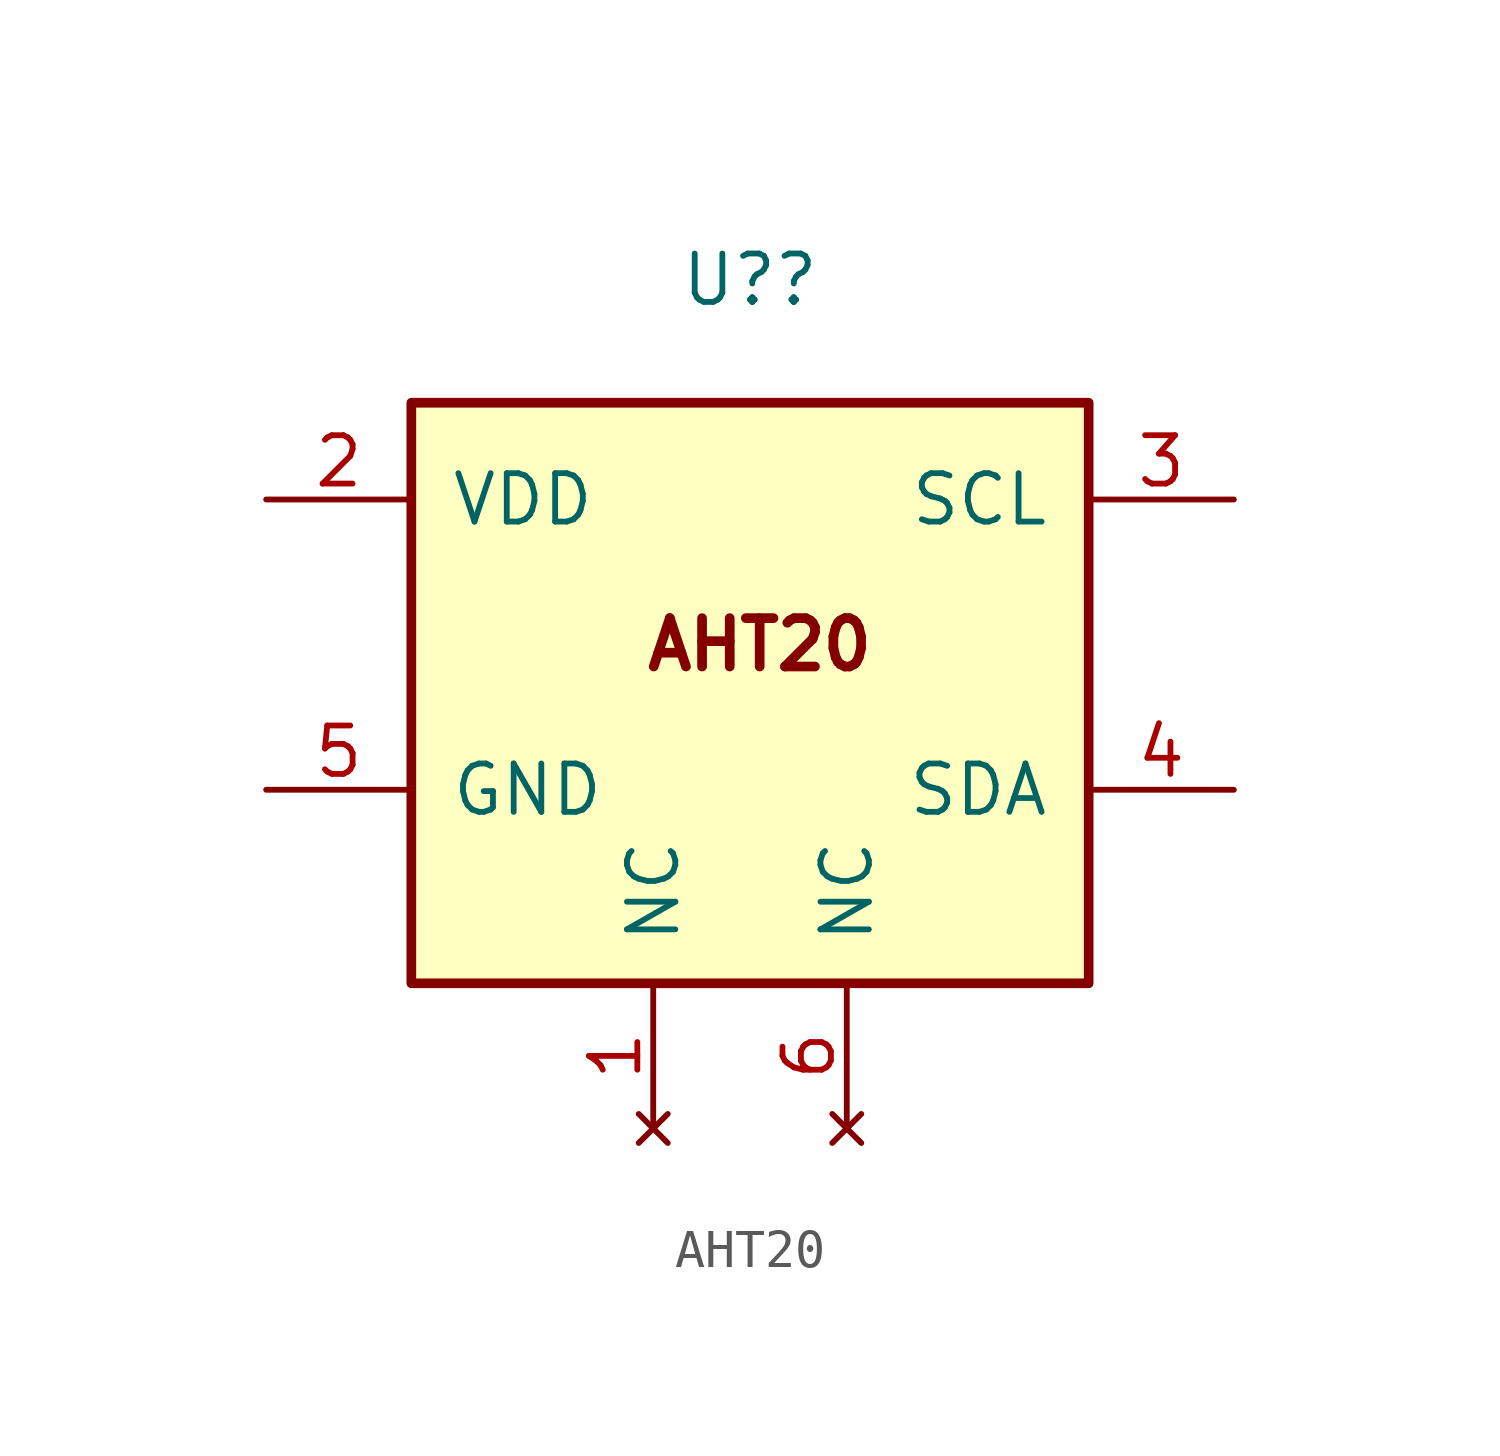
<source format=kicad_sym>
(kicad_symbol_lib
  (version 20231120)
  (generator "kicad_symbol_editor")
  (generator_version "8.0")
  (symbol "AHT20"
    (pin_names
      (offset 1.014))
    (property "Reference" "U?"
      (at 0 9.576 0)
      (effects (font (size 1.27 1.27))))
    (symbol "AHT20_1_1"
      (rectangle (start -8.89 6.35) (end 8.89 -8.89) (stroke (width 0.254) (type default)) (fill (type background)))
      (text "AHT20" (at 0.254 0 0) (effects (font (size 1.27 1.27) (thickness 0.254) (bold yes))))
      (pin no_connect line (at -2.54 -12.7 90) (length 3.81) (name "NC" (effects (font (size 1.27 1.27)))) (number "1" (effects (font (size 1.27 1.27)))))
      (pin power_in line (at -12.7 3.81 0) (length 3.81) (name "VDD" (effects (font (size 1.27 1.27)))) (number "2" (effects (font (size 1.27 1.27)))))
      (pin input line (at 12.7 3.81 180) (length 3.81) (name "SCL" (effects (font (size 1.27 1.27)))) (number "3" (effects (font (size 1.27 1.27)))))
      (pin bidirectional line (at 12.7 -3.81 180) (length 3.81) (name "SDA" (effects (font (size 1.27 1.27)))) (number "4" (effects (font (size 1.27 1.27)))))
      (pin power_in line (at -12.7 -3.81 0) (length 3.81) (name "GND" (effects (font (size 1.27 1.27)))) (number "5" (effects (font (size 1.27 1.27)))))
      (pin no_connect line (at 2.54 -12.7 90) (length 3.81) (name "NC" (effects (font (size 1.27 1.27)))) (number "6" (effects (font (size 1.27 1.27))))))))
</source>
